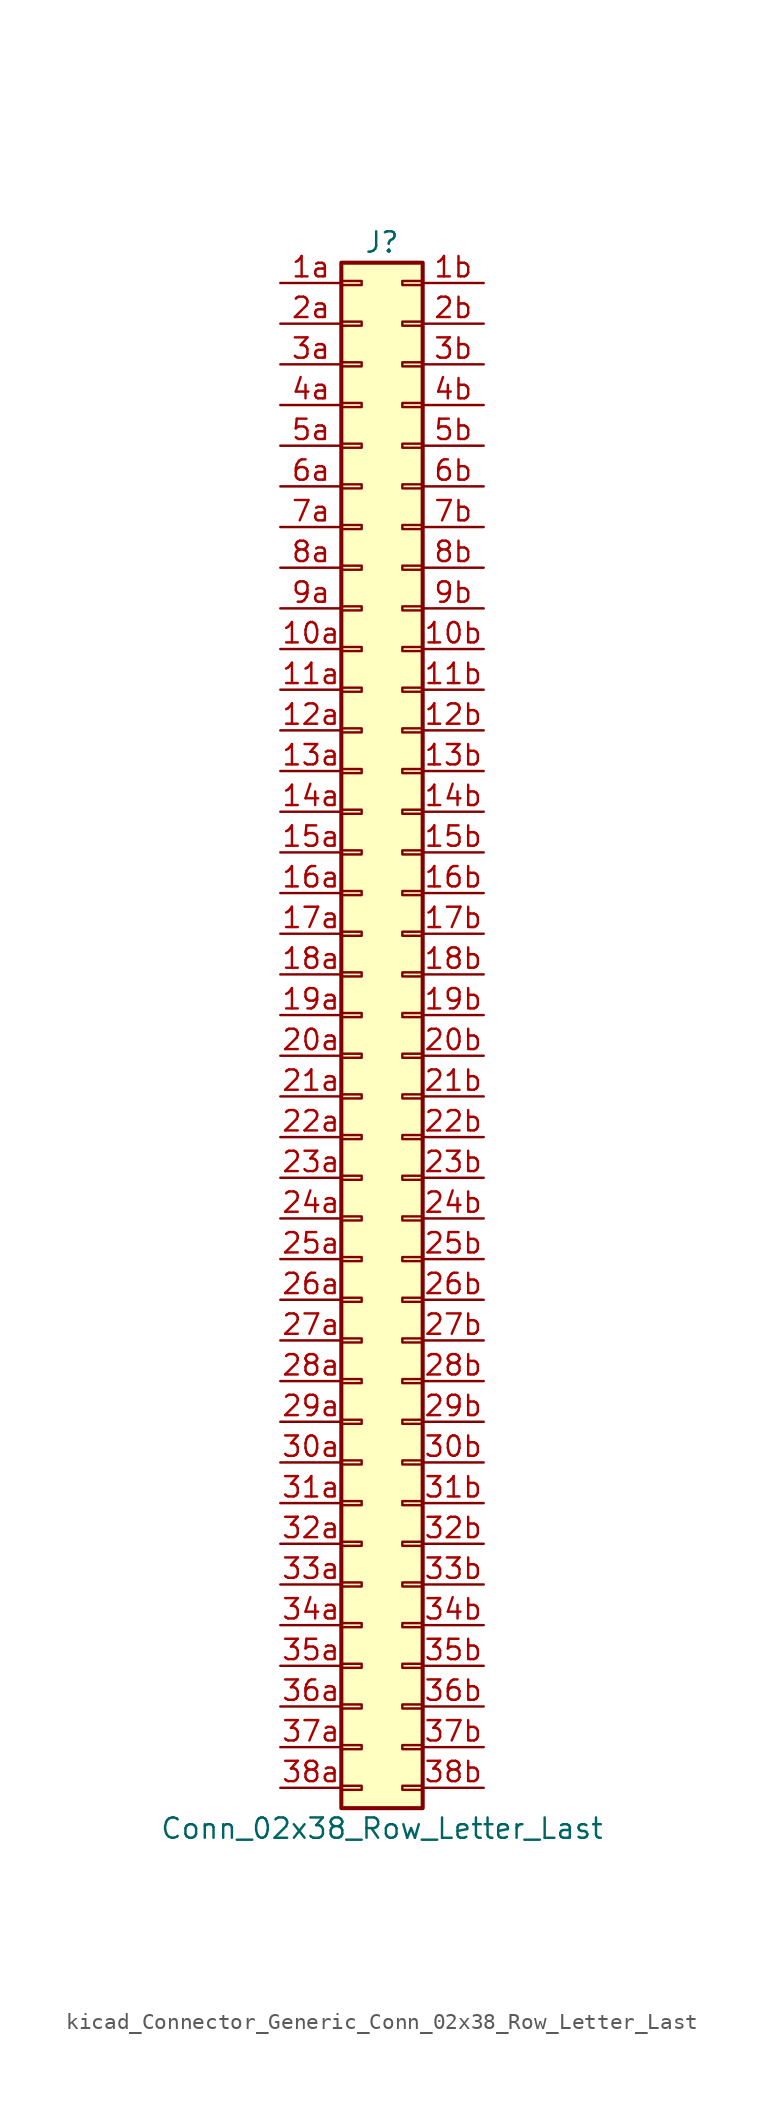
<source format=kicad_sym>
(kicad_symbol_lib
  (version 20220914)
  (generator kicad_symbol_editor)
  (symbol "kicad_Connector_Generic_Conn_02x38_Row_Letter_Last"
    (pin_names
      (offset 1.016) hide)
    (property "Reference" "J"
      (at 1.27 48.26 0)
      (effects (font (size 1.27 1.27))))
    (property "Value" "Conn_02x38_Row_Letter_Last"
      (at 1.27 -50.8 0)
      (effects (font (size 1.27 1.27))))
    (symbol "kicad_Connector_Generic_Conn_02x38_Row_Letter_Last_1_1"
      (rectangle (start -1.27 -48.133) (end 0 -48.387) (stroke (width 0.152) (type default)) (fill (type none)))
      (rectangle (start -1.27 -45.593) (end 0 -45.847) (stroke (width 0.152) (type default)) (fill (type none)))
      (rectangle (start -1.27 -43.053) (end 0 -43.307) (stroke (width 0.152) (type default)) (fill (type none)))
      (rectangle (start -1.27 -40.513) (end 0 -40.767) (stroke (width 0.152) (type default)) (fill (type none)))
      (rectangle (start -1.27 -37.973) (end 0 -38.227) (stroke (width 0.152) (type default)) (fill (type none)))
      (rectangle (start -1.27 -35.433) (end 0 -35.687) (stroke (width 0.152) (type default)) (fill (type none)))
      (rectangle (start -1.27 -32.893) (end 0 -33.147) (stroke (width 0.152) (type default)) (fill (type none)))
      (rectangle (start -1.27 -30.353) (end 0 -30.607) (stroke (width 0.152) (type default)) (fill (type none)))
      (rectangle (start -1.27 -27.813) (end 0 -28.067) (stroke (width 0.152) (type default)) (fill (type none)))
      (rectangle (start -1.27 -25.273) (end 0 -25.527) (stroke (width 0.152) (type default)) (fill (type none)))
      (rectangle (start -1.27 -22.733) (end 0 -22.987) (stroke (width 0.152) (type default)) (fill (type none)))
      (rectangle (start -1.27 -20.193) (end 0 -20.447) (stroke (width 0.152) (type default)) (fill (type none)))
      (rectangle (start -1.27 -17.653) (end 0 -17.907) (stroke (width 0.152) (type default)) (fill (type none)))
      (rectangle (start -1.27 -15.113) (end 0 -15.367) (stroke (width 0.152) (type default)) (fill (type none)))
      (rectangle (start -1.27 -12.573) (end 0 -12.827) (stroke (width 0.152) (type default)) (fill (type none)))
      (rectangle (start -1.27 -10.033) (end 0 -10.287) (stroke (width 0.152) (type default)) (fill (type none)))
      (rectangle (start -1.27 -7.493) (end 0 -7.747) (stroke (width 0.152) (type default)) (fill (type none)))
      (rectangle (start -1.27 -4.953) (end 0 -5.207) (stroke (width 0.152) (type default)) (fill (type none)))
      (rectangle (start -1.27 -2.413) (end 0 -2.667) (stroke (width 0.152) (type default)) (fill (type none)))
      (rectangle (start -1.27 0.127) (end 0 -0.127) (stroke (width 0.152) (type default)) (fill (type none)))
      (rectangle (start -1.27 2.667) (end 0 2.413) (stroke (width 0.152) (type default)) (fill (type none)))
      (rectangle (start -1.27 5.207) (end 0 4.953) (stroke (width 0.152) (type default)) (fill (type none)))
      (rectangle (start -1.27 7.747) (end 0 7.493) (stroke (width 0.152) (type default)) (fill (type none)))
      (rectangle (start -1.27 10.287) (end 0 10.033) (stroke (width 0.152) (type default)) (fill (type none)))
      (rectangle (start -1.27 12.827) (end 0 12.573) (stroke (width 0.152) (type default)) (fill (type none)))
      (rectangle (start -1.27 15.367) (end 0 15.113) (stroke (width 0.152) (type default)) (fill (type none)))
      (rectangle (start -1.27 17.907) (end 0 17.653) (stroke (width 0.152) (type default)) (fill (type none)))
      (rectangle (start -1.27 20.447) (end 0 20.193) (stroke (width 0.152) (type default)) (fill (type none)))
      (rectangle (start -1.27 22.987) (end 0 22.733) (stroke (width 0.152) (type default)) (fill (type none)))
      (rectangle (start -1.27 25.527) (end 0 25.273) (stroke (width 0.152) (type default)) (fill (type none)))
      (rectangle (start -1.27 28.067) (end 0 27.813) (stroke (width 0.152) (type default)) (fill (type none)))
      (rectangle (start -1.27 30.607) (end 0 30.353) (stroke (width 0.152) (type default)) (fill (type none)))
      (rectangle (start -1.27 33.147) (end 0 32.893) (stroke (width 0.152) (type default)) (fill (type none)))
      (rectangle (start -1.27 35.687) (end 0 35.433) (stroke (width 0.152) (type default)) (fill (type none)))
      (rectangle (start -1.27 38.227) (end 0 37.973) (stroke (width 0.152) (type default)) (fill (type none)))
      (rectangle (start -1.27 40.767) (end 0 40.513) (stroke (width 0.152) (type default)) (fill (type none)))
      (rectangle (start -1.27 43.307) (end 0 43.053) (stroke (width 0.152) (type default)) (fill (type none)))
      (rectangle (start -1.27 45.847) (end 0 45.593) (stroke (width 0.152) (type default)) (fill (type none)))
      (rectangle (start -1.27 46.99) (end 3.81 -49.53) (stroke (width 0.254) (type default)) (fill (type background)))
      (rectangle (start 3.81 -48.133) (end 2.54 -48.387) (stroke (width 0.152) (type default)) (fill (type none)))
      (rectangle (start 3.81 -45.593) (end 2.54 -45.847) (stroke (width 0.152) (type default)) (fill (type none)))
      (rectangle (start 3.81 -43.053) (end 2.54 -43.307) (stroke (width 0.152) (type default)) (fill (type none)))
      (rectangle (start 3.81 -40.513) (end 2.54 -40.767) (stroke (width 0.152) (type default)) (fill (type none)))
      (rectangle (start 3.81 -37.973) (end 2.54 -38.227) (stroke (width 0.152) (type default)) (fill (type none)))
      (rectangle (start 3.81 -35.433) (end 2.54 -35.687) (stroke (width 0.152) (type default)) (fill (type none)))
      (rectangle (start 3.81 -32.893) (end 2.54 -33.147) (stroke (width 0.152) (type default)) (fill (type none)))
      (rectangle (start 3.81 -30.353) (end 2.54 -30.607) (stroke (width 0.152) (type default)) (fill (type none)))
      (rectangle (start 3.81 -27.813) (end 2.54 -28.067) (stroke (width 0.152) (type default)) (fill (type none)))
      (rectangle (start 3.81 -25.273) (end 2.54 -25.527) (stroke (width 0.152) (type default)) (fill (type none)))
      (rectangle (start 3.81 -22.733) (end 2.54 -22.987) (stroke (width 0.152) (type default)) (fill (type none)))
      (rectangle (start 3.81 -20.193) (end 2.54 -20.447) (stroke (width 0.152) (type default)) (fill (type none)))
      (rectangle (start 3.81 -17.653) (end 2.54 -17.907) (stroke (width 0.152) (type default)) (fill (type none)))
      (rectangle (start 3.81 -15.113) (end 2.54 -15.367) (stroke (width 0.152) (type default)) (fill (type none)))
      (rectangle (start 3.81 -12.573) (end 2.54 -12.827) (stroke (width 0.152) (type default)) (fill (type none)))
      (rectangle (start 3.81 -10.033) (end 2.54 -10.287) (stroke (width 0.152) (type default)) (fill (type none)))
      (rectangle (start 3.81 -7.493) (end 2.54 -7.747) (stroke (width 0.152) (type default)) (fill (type none)))
      (rectangle (start 3.81 -4.953) (end 2.54 -5.207) (stroke (width 0.152) (type default)) (fill (type none)))
      (rectangle (start 3.81 -2.413) (end 2.54 -2.667) (stroke (width 0.152) (type default)) (fill (type none)))
      (rectangle (start 3.81 0.127) (end 2.54 -0.127) (stroke (width 0.152) (type default)) (fill (type none)))
      (rectangle (start 3.81 2.667) (end 2.54 2.413) (stroke (width 0.152) (type default)) (fill (type none)))
      (rectangle (start 3.81 5.207) (end 2.54 4.953) (stroke (width 0.152) (type default)) (fill (type none)))
      (rectangle (start 3.81 7.747) (end 2.54 7.493) (stroke (width 0.152) (type default)) (fill (type none)))
      (rectangle (start 3.81 10.287) (end 2.54 10.033) (stroke (width 0.152) (type default)) (fill (type none)))
      (rectangle (start 3.81 12.827) (end 2.54 12.573) (stroke (width 0.152) (type default)) (fill (type none)))
      (rectangle (start 3.81 15.367) (end 2.54 15.113) (stroke (width 0.152) (type default)) (fill (type none)))
      (rectangle (start 3.81 17.907) (end 2.54 17.653) (stroke (width 0.152) (type default)) (fill (type none)))
      (rectangle (start 3.81 20.447) (end 2.54 20.193) (stroke (width 0.152) (type default)) (fill (type none)))
      (rectangle (start 3.81 22.987) (end 2.54 22.733) (stroke (width 0.152) (type default)) (fill (type none)))
      (rectangle (start 3.81 25.527) (end 2.54 25.273) (stroke (width 0.152) (type default)) (fill (type none)))
      (rectangle (start 3.81 28.067) (end 2.54 27.813) (stroke (width 0.152) (type default)) (fill (type none)))
      (rectangle (start 3.81 30.607) (end 2.54 30.353) (stroke (width 0.152) (type default)) (fill (type none)))
      (rectangle (start 3.81 33.147) (end 2.54 32.893) (stroke (width 0.152) (type default)) (fill (type none)))
      (rectangle (start 3.81 35.687) (end 2.54 35.433) (stroke (width 0.152) (type default)) (fill (type none)))
      (rectangle (start 3.81 38.227) (end 2.54 37.973) (stroke (width 0.152) (type default)) (fill (type none)))
      (rectangle (start 3.81 40.767) (end 2.54 40.513) (stroke (width 0.152) (type default)) (fill (type none)))
      (rectangle (start 3.81 43.307) (end 2.54 43.053) (stroke (width 0.152) (type default)) (fill (type none)))
      (rectangle (start 3.81 45.847) (end 2.54 45.593) (stroke (width 0.152) (type default)) (fill (type none)))
      (pin passive line (at -5.08 22.86 0) (length 3.81) (name "Pin_10a" (effects (font (size 1.27 1.27)))) (number "10a" (effects (font (size 1.27 1.27)))))
      (pin passive line (at 7.62 22.86 180) (length 3.81) (name "Pin_10b" (effects (font (size 1.27 1.27)))) (number "10b" (effects (font (size 1.27 1.27)))))
      (pin passive line (at -5.08 20.32 0) (length 3.81) (name "Pin_11a" (effects (font (size 1.27 1.27)))) (number "11a" (effects (font (size 1.27 1.27)))))
      (pin passive line (at 7.62 20.32 180) (length 3.81) (name "Pin_11b" (effects (font (size 1.27 1.27)))) (number "11b" (effects (font (size 1.27 1.27)))))
      (pin passive line (at -5.08 17.78 0) (length 3.81) (name "Pin_12a" (effects (font (size 1.27 1.27)))) (number "12a" (effects (font (size 1.27 1.27)))))
      (pin passive line (at 7.62 17.78 180) (length 3.81) (name "Pin_12b" (effects (font (size 1.27 1.27)))) (number "12b" (effects (font (size 1.27 1.27)))))
      (pin passive line (at -5.08 15.24 0) (length 3.81) (name "Pin_13a" (effects (font (size 1.27 1.27)))) (number "13a" (effects (font (size 1.27 1.27)))))
      (pin passive line (at 7.62 15.24 180) (length 3.81) (name "Pin_13b" (effects (font (size 1.27 1.27)))) (number "13b" (effects (font (size 1.27 1.27)))))
      (pin passive line (at -5.08 12.7 0) (length 3.81) (name "Pin_14a" (effects (font (size 1.27 1.27)))) (number "14a" (effects (font (size 1.27 1.27)))))
      (pin passive line (at 7.62 12.7 180) (length 3.81) (name "Pin_14b" (effects (font (size 1.27 1.27)))) (number "14b" (effects (font (size 1.27 1.27)))))
      (pin passive line (at -5.08 10.16 0) (length 3.81) (name "Pin_15a" (effects (font (size 1.27 1.27)))) (number "15a" (effects (font (size 1.27 1.27)))))
      (pin passive line (at 7.62 10.16 180) (length 3.81) (name "Pin_15b" (effects (font (size 1.27 1.27)))) (number "15b" (effects (font (size 1.27 1.27)))))
      (pin passive line (at -5.08 7.62 0) (length 3.81) (name "Pin_16a" (effects (font (size 1.27 1.27)))) (number "16a" (effects (font (size 1.27 1.27)))))
      (pin passive line (at 7.62 7.62 180) (length 3.81) (name "Pin_16b" (effects (font (size 1.27 1.27)))) (number "16b" (effects (font (size 1.27 1.27)))))
      (pin passive line (at -5.08 5.08 0) (length 3.81) (name "Pin_17a" (effects (font (size 1.27 1.27)))) (number "17a" (effects (font (size 1.27 1.27)))))
      (pin passive line (at 7.62 5.08 180) (length 3.81) (name "Pin_17b" (effects (font (size 1.27 1.27)))) (number "17b" (effects (font (size 1.27 1.27)))))
      (pin passive line (at -5.08 2.54 0) (length 3.81) (name "Pin_18a" (effects (font (size 1.27 1.27)))) (number "18a" (effects (font (size 1.27 1.27)))))
      (pin passive line (at 7.62 2.54 180) (length 3.81) (name "Pin_18b" (effects (font (size 1.27 1.27)))) (number "18b" (effects (font (size 1.27 1.27)))))
      (pin passive line (at -5.08 0 0) (length 3.81) (name "Pin_19a" (effects (font (size 1.27 1.27)))) (number "19a" (effects (font (size 1.27 1.27)))))
      (pin passive line (at 7.62 0 180) (length 3.81) (name "Pin_19b" (effects (font (size 1.27 1.27)))) (number "19b" (effects (font (size 1.27 1.27)))))
      (pin passive line (at -5.08 45.72 0) (length 3.81) (name "Pin_1a" (effects (font (size 1.27 1.27)))) (number "1a" (effects (font (size 1.27 1.27)))))
      (pin passive line (at 7.62 45.72 180) (length 3.81) (name "Pin_1b" (effects (font (size 1.27 1.27)))) (number "1b" (effects (font (size 1.27 1.27)))))
      (pin passive line (at -5.08 -2.54 0) (length 3.81) (name "Pin_20a" (effects (font (size 1.27 1.27)))) (number "20a" (effects (font (size 1.27 1.27)))))
      (pin passive line (at 7.62 -2.54 180) (length 3.81) (name "Pin_20b" (effects (font (size 1.27 1.27)))) (number "20b" (effects (font (size 1.27 1.27)))))
      (pin passive line (at -5.08 -5.08 0) (length 3.81) (name "Pin_21a" (effects (font (size 1.27 1.27)))) (number "21a" (effects (font (size 1.27 1.27)))))
      (pin passive line (at 7.62 -5.08 180) (length 3.81) (name "Pin_21b" (effects (font (size 1.27 1.27)))) (number "21b" (effects (font (size 1.27 1.27)))))
      (pin passive line (at -5.08 -7.62 0) (length 3.81) (name "Pin_22a" (effects (font (size 1.27 1.27)))) (number "22a" (effects (font (size 1.27 1.27)))))
      (pin passive line (at 7.62 -7.62 180) (length 3.81) (name "Pin_22b" (effects (font (size 1.27 1.27)))) (number "22b" (effects (font (size 1.27 1.27)))))
      (pin passive line (at -5.08 -10.16 0) (length 3.81) (name "Pin_23a" (effects (font (size 1.27 1.27)))) (number "23a" (effects (font (size 1.27 1.27)))))
      (pin passive line (at 7.62 -10.16 180) (length 3.81) (name "Pin_23b" (effects (font (size 1.27 1.27)))) (number "23b" (effects (font (size 1.27 1.27)))))
      (pin passive line (at -5.08 -12.7 0) (length 3.81) (name "Pin_24a" (effects (font (size 1.27 1.27)))) (number "24a" (effects (font (size 1.27 1.27)))))
      (pin passive line (at 7.62 -12.7 180) (length 3.81) (name "Pin_24b" (effects (font (size 1.27 1.27)))) (number "24b" (effects (font (size 1.27 1.27)))))
      (pin passive line (at -5.08 -15.24 0) (length 3.81) (name "Pin_25a" (effects (font (size 1.27 1.27)))) (number "25a" (effects (font (size 1.27 1.27)))))
      (pin passive line (at 7.62 -15.24 180) (length 3.81) (name "Pin_25b" (effects (font (size 1.27 1.27)))) (number "25b" (effects (font (size 1.27 1.27)))))
      (pin passive line (at -5.08 -17.78 0) (length 3.81) (name "Pin_26a" (effects (font (size 1.27 1.27)))) (number "26a" (effects (font (size 1.27 1.27)))))
      (pin passive line (at 7.62 -17.78 180) (length 3.81) (name "Pin_26b" (effects (font (size 1.27 1.27)))) (number "26b" (effects (font (size 1.27 1.27)))))
      (pin passive line (at -5.08 -20.32 0) (length 3.81) (name "Pin_27a" (effects (font (size 1.27 1.27)))) (number "27a" (effects (font (size 1.27 1.27)))))
      (pin passive line (at 7.62 -20.32 180) (length 3.81) (name "Pin_27b" (effects (font (size 1.27 1.27)))) (number "27b" (effects (font (size 1.27 1.27)))))
      (pin passive line (at -5.08 -22.86 0) (length 3.81) (name "Pin_28a" (effects (font (size 1.27 1.27)))) (number "28a" (effects (font (size 1.27 1.27)))))
      (pin passive line (at 7.62 -22.86 180) (length 3.81) (name "Pin_28b" (effects (font (size 1.27 1.27)))) (number "28b" (effects (font (size 1.27 1.27)))))
      (pin passive line (at -5.08 -25.4 0) (length 3.81) (name "Pin_29a" (effects (font (size 1.27 1.27)))) (number "29a" (effects (font (size 1.27 1.27)))))
      (pin passive line (at 7.62 -25.4 180) (length 3.81) (name "Pin_29b" (effects (font (size 1.27 1.27)))) (number "29b" (effects (font (size 1.27 1.27)))))
      (pin passive line (at -5.08 43.18 0) (length 3.81) (name "Pin_2a" (effects (font (size 1.27 1.27)))) (number "2a" (effects (font (size 1.27 1.27)))))
      (pin passive line (at 7.62 43.18 180) (length 3.81) (name "Pin_2b" (effects (font (size 1.27 1.27)))) (number "2b" (effects (font (size 1.27 1.27)))))
      (pin passive line (at -5.08 -27.94 0) (length 3.81) (name "Pin_30a" (effects (font (size 1.27 1.27)))) (number "30a" (effects (font (size 1.27 1.27)))))
      (pin passive line (at 7.62 -27.94 180) (length 3.81) (name "Pin_30b" (effects (font (size 1.27 1.27)))) (number "30b" (effects (font (size 1.27 1.27)))))
      (pin passive line (at -5.08 -30.48 0) (length 3.81) (name "Pin_31a" (effects (font (size 1.27 1.27)))) (number "31a" (effects (font (size 1.27 1.27)))))
      (pin passive line (at 7.62 -30.48 180) (length 3.81) (name "Pin_31b" (effects (font (size 1.27 1.27)))) (number "31b" (effects (font (size 1.27 1.27)))))
      (pin passive line (at -5.08 -33.02 0) (length 3.81) (name "Pin_32a" (effects (font (size 1.27 1.27)))) (number "32a" (effects (font (size 1.27 1.27)))))
      (pin passive line (at 7.62 -33.02 180) (length 3.81) (name "Pin_32b" (effects (font (size 1.27 1.27)))) (number "32b" (effects (font (size 1.27 1.27)))))
      (pin passive line (at -5.08 -35.56 0) (length 3.81) (name "Pin_33a" (effects (font (size 1.27 1.27)))) (number "33a" (effects (font (size 1.27 1.27)))))
      (pin passive line (at 7.62 -35.56 180) (length 3.81) (name "Pin_33b" (effects (font (size 1.27 1.27)))) (number "33b" (effects (font (size 1.27 1.27)))))
      (pin passive line (at -5.08 -38.1 0) (length 3.81) (name "Pin_34a" (effects (font (size 1.27 1.27)))) (number "34a" (effects (font (size 1.27 1.27)))))
      (pin passive line (at 7.62 -38.1 180) (length 3.81) (name "Pin_34b" (effects (font (size 1.27 1.27)))) (number "34b" (effects (font (size 1.27 1.27)))))
      (pin passive line (at -5.08 -40.64 0) (length 3.81) (name "Pin_35a" (effects (font (size 1.27 1.27)))) (number "35a" (effects (font (size 1.27 1.27)))))
      (pin passive line (at 7.62 -40.64 180) (length 3.81) (name "Pin_35b" (effects (font (size 1.27 1.27)))) (number "35b" (effects (font (size 1.27 1.27)))))
      (pin passive line (at -5.08 -43.18 0) (length 3.81) (name "Pin_36a" (effects (font (size 1.27 1.27)))) (number "36a" (effects (font (size 1.27 1.27)))))
      (pin passive line (at 7.62 -43.18 180) (length 3.81) (name "Pin_36b" (effects (font (size 1.27 1.27)))) (number "36b" (effects (font (size 1.27 1.27)))))
      (pin passive line (at -5.08 -45.72 0) (length 3.81) (name "Pin_37a" (effects (font (size 1.27 1.27)))) (number "37a" (effects (font (size 1.27 1.27)))))
      (pin passive line (at 7.62 -45.72 180) (length 3.81) (name "Pin_37b" (effects (font (size 1.27 1.27)))) (number "37b" (effects (font (size 1.27 1.27)))))
      (pin passive line (at -5.08 -48.26 0) (length 3.81) (name "Pin_38a" (effects (font (size 1.27 1.27)))) (number "38a" (effects (font (size 1.27 1.27)))))
      (pin passive line (at 7.62 -48.26 180) (length 3.81) (name "Pin_38b" (effects (font (size 1.27 1.27)))) (number "38b" (effects (font (size 1.27 1.27)))))
      (pin passive line (at -5.08 40.64 0) (length 3.81) (name "Pin_3a" (effects (font (size 1.27 1.27)))) (number "3a" (effects (font (size 1.27 1.27)))))
      (pin passive line (at 7.62 40.64 180) (length 3.81) (name "Pin_3b" (effects (font (size 1.27 1.27)))) (number "3b" (effects (font (size 1.27 1.27)))))
      (pin passive line (at -5.08 38.1 0) (length 3.81) (name "Pin_4a" (effects (font (size 1.27 1.27)))) (number "4a" (effects (font (size 1.27 1.27)))))
      (pin passive line (at 7.62 38.1 180) (length 3.81) (name "Pin_4b" (effects (font (size 1.27 1.27)))) (number "4b" (effects (font (size 1.27 1.27)))))
      (pin passive line (at -5.08 35.56 0) (length 3.81) (name "Pin_5a" (effects (font (size 1.27 1.27)))) (number "5a" (effects (font (size 1.27 1.27)))))
      (pin passive line (at 7.62 35.56 180) (length 3.81) (name "Pin_5b" (effects (font (size 1.27 1.27)))) (number "5b" (effects (font (size 1.27 1.27)))))
      (pin passive line (at -5.08 33.02 0) (length 3.81) (name "Pin_6a" (effects (font (size 1.27 1.27)))) (number "6a" (effects (font (size 1.27 1.27)))))
      (pin passive line (at 7.62 33.02 180) (length 3.81) (name "Pin_6b" (effects (font (size 1.27 1.27)))) (number "6b" (effects (font (size 1.27 1.27)))))
      (pin passive line (at -5.08 30.48 0) (length 3.81) (name "Pin_7a" (effects (font (size 1.27 1.27)))) (number "7a" (effects (font (size 1.27 1.27)))))
      (pin passive line (at 7.62 30.48 180) (length 3.81) (name "Pin_7b" (effects (font (size 1.27 1.27)))) (number "7b" (effects (font (size 1.27 1.27)))))
      (pin passive line (at -5.08 27.94 0) (length 3.81) (name "Pin_8a" (effects (font (size 1.27 1.27)))) (number "8a" (effects (font (size 1.27 1.27)))))
      (pin passive line (at 7.62 27.94 180) (length 3.81) (name "Pin_8b" (effects (font (size 1.27 1.27)))) (number "8b" (effects (font (size 1.27 1.27)))))
      (pin passive line (at -5.08 25.4 0) (length 3.81) (name "Pin_9a" (effects (font (size 1.27 1.27)))) (number "9a" (effects (font (size 1.27 1.27)))))
      (pin passive line (at 7.62 25.4 180) (length 3.81) (name "Pin_9b" (effects (font (size 1.27 1.27)))) (number "9b" (effects (font (size 1.27 1.27))))))))
</source>
